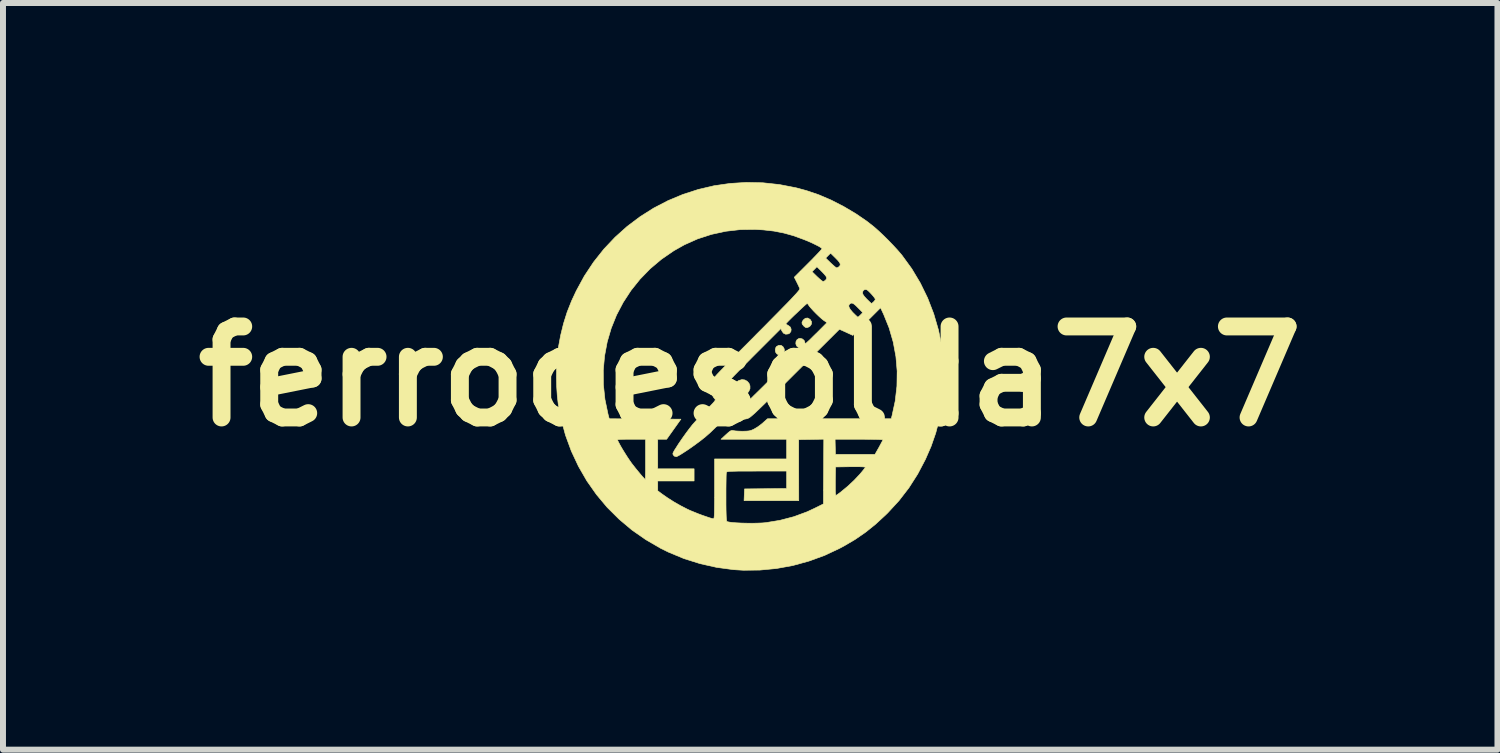
<source format=kicad_pcb>
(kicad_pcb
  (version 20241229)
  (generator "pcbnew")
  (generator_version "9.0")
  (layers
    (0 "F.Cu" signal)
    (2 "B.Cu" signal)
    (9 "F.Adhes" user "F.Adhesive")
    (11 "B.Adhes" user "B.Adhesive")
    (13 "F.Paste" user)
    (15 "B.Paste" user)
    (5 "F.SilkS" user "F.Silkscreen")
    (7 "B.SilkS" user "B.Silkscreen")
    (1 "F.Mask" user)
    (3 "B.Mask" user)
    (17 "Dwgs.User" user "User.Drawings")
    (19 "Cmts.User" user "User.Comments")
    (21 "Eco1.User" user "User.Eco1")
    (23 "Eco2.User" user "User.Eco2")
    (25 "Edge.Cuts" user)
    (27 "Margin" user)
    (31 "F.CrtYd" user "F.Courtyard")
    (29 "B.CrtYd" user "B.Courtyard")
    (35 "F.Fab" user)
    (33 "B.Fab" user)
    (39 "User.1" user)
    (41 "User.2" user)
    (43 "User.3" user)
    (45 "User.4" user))
  (footprint "ferrodesolda7x7"
    (layer "F.Cu")
    (at 9.514 3.252)
    (property "Reference" "ferrodesolda7x7" (at 0 0 0) (layer "F.SilkS") (effects (font (size 1.524 1.524) (thickness 0.3))))
    (attr through_hole)
    (fp_poly (pts (xy 0.517 -0.518) (xy 0.548 -0.497) (xy 0.568 -0.462) (xy 0.572 -0.435) (xy 0.561 -0.396) (xy 0.533 -0.367) (xy 0.496 -0.356) (xy 0.495 -0.356) (xy 0.47 -0.363) (xy 0.447 -0.375) (xy 0.425 -0.405) (xy 0.419 -0.443) (xy 0.429 -0.482) (xy 0.442 -0.5) (xy 0.479 -0.519) (xy 0.517 -0.518)) (stroke (width 0.01) (type solid)) (fill yes) (layer "F.SilkS"))
    (fp_poly (pts (xy 1 -0.955) (xy 1.003 -0.953) (xy 1.027 -0.915) (xy 1.026 -0.876) (xy 1.003 -0.842) (xy 0.982 -0.827) (xy 0.95 -0.815) (xy 0.925 -0.819) (xy 0.897 -0.842) (xy 0.895 -0.844) (xy 0.87 -0.876) (xy 0.867 -0.904) (xy 0.885 -0.938) (xy 0.89 -0.944) (xy 0.924 -0.972) (xy 0.963 -0.976) (xy 1 -0.955)) (stroke (width 0.01) (type solid)) (fill yes) (layer "F.SilkS"))
    (fp_poly (pts (xy -0.091 0.061) (xy -0.051 0.083) (xy -0.02 0.118) (xy -0.004 0.161) (xy -0.004 0.208) (xy -0.025 0.254) (xy -0.035 0.267) (xy -0.081 0.302) (xy -0.132 0.314) (xy -0.185 0.301) (xy -0.199 0.294) (xy -0.237 0.256) (xy -0.257 0.21) (xy -0.257 0.184) (xy -0.163 0.184) (xy -0.155 0.205) (xy -0.135 0.214) (xy -0.13 0.214) (xy -0.109 0.199) (xy -0.104 0.187) (xy -0.11 0.166) (xy -0.129 0.155) (xy -0.152 0.16) (xy -0.155 0.163) (xy -0.163 0.184) (xy -0.257 0.184) (xy -0.257 0.16) (xy -0.238 0.113) (xy -0.201 0.076) (xy -0.19 0.07) (xy -0.139 0.055) (xy -0.091 0.061)) (stroke (width 0.01) (type solid)) (fill yes) (layer "F.SilkS"))
    (fp_poly (pts (xy 0.212 -3.241) (xy 0.49 -3.211) (xy 0.768 -3.157) (xy 0.942 -3.11) (xy 1.148 -3.04) (xy 1.358 -2.95) (xy 1.566 -2.843) (xy 1.767 -2.724) (xy 1.954 -2.596) (xy 2.076 -2.5) (xy 2.146 -2.438) (xy 2.226 -2.363) (xy 2.309 -2.281) (xy 2.391 -2.196) (xy 2.466 -2.115) (xy 2.528 -2.043) (xy 2.542 -2.026) (xy 2.705 -1.802) (xy 2.848 -1.563) (xy 2.971 -1.311) (xy 3.073 -1.047) (xy 3.153 -0.773) (xy 3.211 -0.492) (xy 3.215 -0.466) (xy 3.231 -0.331) (xy 3.241 -0.18) (xy 3.245 -0.019) (xy 3.242 0.142) (xy 3.234 0.297) (xy 3.219 0.437) (xy 3.215 0.468) (xy 3.168 0.716) (xy 3.107 0.949) (xy 3.029 1.173) (xy 2.934 1.391) (xy 2.804 1.638) (xy 2.657 1.868) (xy 2.491 2.083) (xy 2.304 2.286) (xy 2.265 2.324) (xy 2.098 2.478) (xy 1.931 2.612) (xy 1.757 2.732) (xy 1.57 2.842) (xy 1.495 2.882) (xy 1.244 3) (xy 0.982 3.095) (xy 0.713 3.169) (xy 0.438 3.219) (xy 0.162 3.245) (xy -0.114 3.248) (xy -0.279 3.238) (xy -0.561 3.2) (xy -0.838 3.138) (xy -1.109 3.053) (xy -1.371 2.944) (xy -1.497 2.882) (xy -1.747 2.737) (xy -1.981 2.574) (xy -2.197 2.392) (xy -2.396 2.194) (xy -2.575 1.98) (xy -2.736 1.751) (xy -2.876 1.508) (xy -2.996 1.252) (xy -3.066 1.061) (xy -2.223 1.061) (xy -2.216 1.082) (xy -2.197 1.119) (xy -2.17 1.169) (xy -2.136 1.227) (xy -2.097 1.29) (xy -2.057 1.353) (xy -2.018 1.411) (xy -1.988 1.454) (xy -1.956 1.495) (xy -1.919 1.542) (xy -1.879 1.591) (xy -1.84 1.638) (xy -1.805 1.679) (xy -1.777 1.709) (xy -1.761 1.726) (xy -1.758 1.727) (xy -1.756 1.715) (xy -1.755 1.681) (xy -1.754 1.628) (xy -1.753 1.559) (xy -1.753 1.479) (xy -1.753 1.391) (xy -1.753 1.054) (xy -1.988 1.054) (xy -2.062 1.054) (xy -2.126 1.055) (xy -2.177 1.057) (xy -2.211 1.059) (xy -2.223 1.061) (xy -3.066 1.061) (xy -3.094 0.985) (xy -3.169 0.707) (xy -3.215 0.466) (xy -3.231 0.328) (xy -3.241 0.175) (xy -3.245 0.013) (xy -3.243 -0.102) (xy -2.461 -0.102) (xy -2.459 0.141) (xy -2.433 0.387) (xy -2.382 0.632) (xy -2.375 0.659) (xy -2.361 0.711) (xy -1.761 0.714) (xy -1.161 0.718) (xy -1.4 1.054) (xy -1.549 1.054) (xy -1.549 1.549) (xy -0.94 1.549) (xy -0.94 1.753) (xy -1.549 1.753) (xy -1.549 1.917) (xy -1.483 1.967) (xy -1.387 2.034) (xy -1.277 2.104) (xy -1.161 2.17) (xy -1.054 2.225) (xy -1.002 2.249) (xy -0.938 2.275) (xy -0.869 2.303) (xy -0.799 2.329) (xy -0.732 2.352) (xy -0.676 2.371) (xy -0.633 2.383) (xy -0.613 2.387) (xy -0.609 2.382) (xy -0.605 2.365) (xy -0.602 2.335) (xy -0.6 2.29) (xy -0.599 2.227) (xy -0.598 2.145) (xy -0.597 2.042) (xy -0.597 1.981) (xy -0.406 1.981) (xy -0.406 2.028) (xy -0.406 2.146) (xy -0.405 2.24) (xy -0.403 2.313) (xy -0.401 2.366) (xy -0.398 2.403) (xy -0.394 2.424) (xy -0.39 2.433) (xy -0.389 2.433) (xy -0.354 2.441) (xy -0.298 2.449) (xy -0.226 2.454) (xy -0.143 2.458) (xy -0.055 2.46) (xy 0.036 2.461) (xy 0.122 2.459) (xy 0.201 2.456) (xy 0.26 2.451) (xy 0.498 2.412) (xy 0.731 2.351) (xy 0.953 2.269) (xy 1.079 2.21) (xy 1.226 2.137) (xy 1.227 1.838) (xy 1.425 1.838) (xy 1.425 1.906) (xy 1.427 1.956) (xy 1.431 1.986) (xy 1.434 1.994) (xy 1.449 1.987) (xy 1.478 1.967) (xy 1.513 1.941) (xy 1.633 1.842) (xy 1.742 1.74) (xy 1.835 1.641) (xy 1.842 1.633) (xy 1.877 1.591) (xy 1.906 1.555) (xy 1.924 1.531) (xy 1.928 1.523) (xy 1.918 1.519) (xy 1.882 1.516) (xy 1.823 1.514) (xy 1.741 1.514) (xy 1.681 1.514) (xy 1.429 1.518) (xy 1.425 1.756) (xy 1.425 1.838) (xy 1.227 1.838) (xy 1.229 1.595) (xy 1.232 1.054) (xy 1.421 1.054) (xy 1.427 1.308) (xy 1.758 1.308) (xy 2.089 1.308) (xy 2.156 1.19) (xy 2.183 1.14) (xy 2.205 1.099) (xy 2.219 1.072) (xy 2.223 1.063) (xy 2.21 1.061) (xy 2.176 1.059) (xy 2.122 1.057) (xy 2.052 1.056) (xy 1.968 1.055) (xy 1.874 1.054) (xy 1.822 1.054) (xy 1.421 1.054) (xy 1.232 1.054) (xy 1.232 1.053) (xy 1.022 1.057) (xy 0.812 1.06) (xy 0.812 1.572) (xy 0.813 2.083) (xy -0.103 2.083) (xy -0.099 1.984) (xy -0.095 1.886) (xy 0.61 1.879) (xy 0.61 1.587) (xy 0.109 1.587) (xy -0.017 1.588) (xy -0.121 1.588) (xy -0.204 1.588) (xy -0.268 1.59) (xy -0.317 1.591) (xy -0.351 1.593) (xy -0.375 1.596) (xy -0.389 1.6) (xy -0.396 1.604) (xy -0.399 1.608) (xy -0.401 1.626) (xy -0.403 1.666) (xy -0.404 1.724) (xy -0.405 1.798) (xy -0.406 1.885) (xy -0.406 1.981) (xy -0.597 1.981) (xy -0.597 1.915) (xy -0.597 1.886) (xy -0.597 1.384) (xy 0.61 1.384) (xy 0.61 1.054) (xy -0.489 1.054) (xy -0.406 0.977) (xy -0.366 0.941) (xy -0.338 0.919) (xy -0.318 0.909) (xy -0.298 0.907) (xy -0.279 0.91) (xy -0.246 0.915) (xy -0.197 0.918) (xy -0.14 0.92) (xy -0.121 0.92) (xy -0.061 0.918) (xy -0.017 0.914) (xy 0.019 0.904) (xy 0.057 0.888) (xy 0.064 0.884) (xy 0.11 0.857) (xy 0.162 0.821) (xy 0.211 0.782) (xy 0.212 0.78) (xy 0.29 0.711) (xy 2.361 0.711) (xy 2.374 0.664) (xy 2.428 0.415) (xy 2.457 0.165) (xy 2.461 -0.083) (xy 2.44 -0.33) (xy 2.395 -0.573) (xy 2.326 -0.811) (xy 2.236 -1.034) (xy 2.183 -1.148) (xy 1.951 -0.916) (xy 1.719 -0.685) (xy 1.607 -0.737) (xy 1.494 -0.788) (xy 0.75 -0.047) (xy 0.617 0.086) (xy 0.5 0.203) (xy 0.399 0.303) (xy 0.312 0.389) (xy 0.238 0.462) (xy 0.176 0.522) (xy 0.124 0.572) (xy 0.082 0.612) (xy 0.048 0.642) (xy 0.02 0.666) (xy -0.001 0.683) (xy -0.019 0.695) (xy -0.033 0.702) (xy -0.045 0.707) (xy -0.053 0.71) (xy -0.094 0.718) (xy -0.127 0.723) (xy -0.136 0.724) (xy -0.187 0.716) (xy -0.245 0.695) (xy -0.298 0.666) (xy -0.299 0.666) (xy -0.346 0.633) (xy -0.386 0.669) (xy -0.408 0.69) (xy -0.444 0.724) (xy -0.491 0.769) (xy -0.544 0.821) (xy -0.592 0.867) (xy -0.672 0.944) (xy -0.751 1.013) (xy -0.835 1.08) (xy -0.931 1.151) (xy -0.983 1.188) (xy -1.051 1.235) (xy -1.114 1.276) (xy -1.167 1.31) (xy -1.208 1.333) (xy -1.233 1.345) (xy -1.237 1.346) (xy -1.273 1.336) (xy -1.293 1.309) (xy -1.295 1.291) (xy -1.288 1.274) (xy -1.269 1.239) (xy -1.238 1.191) (xy -1.2 1.131) (xy -1.155 1.065) (xy -1.135 1.036) (xy -1.073 0.949) (xy -1.019 0.877) (xy -0.968 0.812) (xy -0.913 0.75) (xy -0.851 0.683) (xy -0.775 0.605) (xy -0.772 0.602) (xy -0.707 0.536) (xy -0.658 0.485) (xy -0.623 0.448) (xy -0.6 0.421) (xy -0.588 0.403) (xy -0.585 0.391) (xy -0.589 0.383) (xy -0.591 0.381) (xy -0.616 0.35) (xy -0.641 0.304) (xy -0.66 0.252) (xy -0.667 0.226) (xy -0.668 0.185) (xy -0.445 0.185) (xy -0.436 0.201) (xy -0.413 0.231) (xy -0.378 0.27) (xy -0.336 0.315) (xy -0.29 0.363) (xy -0.244 0.41) (xy -0.202 0.451) (xy -0.166 0.484) (xy -0.142 0.504) (xy -0.133 0.508) (xy -0.122 0.499) (xy -0.095 0.474) (xy -0.053 0.434) (xy 0.002 0.382) (xy 0.067 0.317) (xy 0.143 0.243) (xy 0.226 0.161) (xy 0.315 0.072) (xy 0.364 0.023) (xy 0.849 -0.461) (xy 0.809 -0.481) (xy 0.778 -0.508) (xy 0.764 -0.543) (xy 0.766 -0.58) (xy 0.783 -0.612) (xy 0.813 -0.632) (xy 0.836 -0.635) (xy 0.873 -0.626) (xy 0.902 -0.602) (xy 0.914 -0.572) (xy 0.914 -0.57) (xy 0.919 -0.55) (xy 0.924 -0.546) (xy 0.936 -0.555) (xy 0.962 -0.579) (xy 1.001 -0.615) (xy 1.048 -0.662) (xy 1.102 -0.715) (xy 1.11 -0.722) (xy 1.286 -0.899) (xy 1.23 -0.937) (xy 1.196 -0.964) (xy 1.153 -1.003) (xy 1.106 -1.048) (xy 1.06 -1.095) (xy 1.02 -1.139) (xy 0.999 -1.164) (xy 1.652 -1.164) (xy 1.674 -1.122) (xy 1.718 -1.069) (xy 1.724 -1.064) (xy 1.758 -1.03) (xy 1.786 -1.004) (xy 1.802 -0.991) (xy 1.804 -0.991) (xy 1.816 -0.999) (xy 1.839 -1.02) (xy 1.848 -1.029) (xy 1.885 -1.067) (xy 1.815 -1.138) (xy 1.77 -1.183) (xy 1.738 -1.21) (xy 1.713 -1.224) (xy 1.693 -1.226) (xy 1.676 -1.219) (xy 1.653 -1.196) (xy 1.652 -1.164) (xy 0.999 -1.164) (xy 0.99 -1.174) (xy 0.979 -1.191) (xy 0.964 -1.212) (xy 0.953 -1.219) (xy 0.941 -1.211) (xy 0.914 -1.188) (xy 0.877 -1.154) (xy 0.832 -1.112) (xy 0.783 -1.065) (xy 0.733 -1.018) (xy 0.686 -0.972) (xy 0.646 -0.932) (xy 0.616 -0.901) (xy 0.599 -0.882) (xy 0.597 -0.878) (xy 0.608 -0.868) (xy 0.633 -0.853) (xy 0.638 -0.851) (xy 0.671 -0.825) (xy 0.685 -0.79) (xy 0.682 -0.753) (xy 0.66 -0.722) (xy 0.638 -0.71) (xy 0.594 -0.705) (xy 0.556 -0.723) (xy 0.529 -0.762) (xy 0.513 -0.799) (xy 0.034 -0.32) (xy -0.086 -0.199) (xy -0.189 -0.094) (xy -0.275 -0.006) (xy -0.344 0.067) (xy -0.395 0.122) (xy -0.428 0.161) (xy -0.443 0.182) (xy -0.445 0.185) (xy -0.668 0.185) (xy -0.668 0.174) (xy -0.655 0.111) (xy -0.655 0.111) (xy -0.651 0.098) (xy -0.646 0.084) (xy -0.638 0.07) (xy -0.626 0.052) (xy -0.61 0.031) (xy -0.587 0.004) (xy -0.558 -0.029) (xy -0.52 -0.069) (xy -0.472 -0.119) (xy -0.414 -0.179) (xy -0.344 -0.251) (xy -0.26 -0.335) (xy -0.163 -0.434) (xy -0.05 -0.547) (xy 0.079 -0.677) (xy 0.101 -0.7) (xy 0.237 -0.836) (xy 0.355 -0.956) (xy 0.458 -1.06) (xy 0.545 -1.149) (xy 0.619 -1.224) (xy 0.68 -1.287) (xy 0.728 -1.339) (xy 0.766 -1.38) (xy 0.784 -1.4) (xy 1.88 -1.4) (xy 1.887 -1.373) (xy 1.91 -1.339) (xy 1.951 -1.294) (xy 1.952 -1.293) (xy 1.987 -1.259) (xy 2.014 -1.233) (xy 2.029 -1.22) (xy 2.031 -1.219) (xy 2.043 -1.227) (xy 2.065 -1.246) (xy 2.066 -1.247) (xy 2.087 -1.271) (xy 2.095 -1.29) (xy 2.095 -1.29) (xy 2.087 -1.307) (xy 2.066 -1.336) (xy 2.036 -1.371) (xy 2.004 -1.405) (xy 1.975 -1.433) (xy 1.954 -1.449) (xy 1.922 -1.454) (xy 1.895 -1.44) (xy 1.88 -1.409) (xy 1.88 -1.4) (xy 0.784 -1.4) (xy 0.794 -1.412) (xy 0.814 -1.436) (xy 0.825 -1.452) (xy 0.83 -1.463) (xy 0.83 -1.467) (xy 0.821 -1.49) (xy 0.803 -1.529) (xy 0.781 -1.574) (xy 0.78 -1.576) (xy 0.738 -1.659) (xy 0.831 -1.752) (xy 1.035 -1.752) (xy 1.119 -1.67) (xy 1.158 -1.634) (xy 1.191 -1.606) (xy 1.214 -1.59) (xy 1.22 -1.587) (xy 1.241 -1.595) (xy 1.259 -1.609) (xy 1.276 -1.629) (xy 1.28 -1.65) (xy 1.268 -1.677) (xy 1.239 -1.712) (xy 1.2 -1.753) (xy 1.117 -1.835) (xy 1.076 -1.793) (xy 1.035 -1.752) (xy 0.831 -1.752) (xy 0.972 -1.893) (xy 1.035 -1.956) (xy 1.058 -1.98) (xy 1.264 -1.98) (xy 1.348 -1.898) (xy 1.387 -1.862) (xy 1.42 -1.834) (xy 1.443 -1.818) (xy 1.449 -1.816) (xy 1.47 -1.824) (xy 1.488 -1.837) (xy 1.505 -1.857) (xy 1.508 -1.879) (xy 1.496 -1.906) (xy 1.468 -1.941) (xy 1.429 -1.981) (xy 1.346 -2.063) (xy 1.305 -2.022) (xy 1.264 -1.98) (xy 1.058 -1.98) (xy 1.091 -2.014) (xy 1.138 -2.063) (xy 1.174 -2.102) (xy 1.196 -2.128) (xy 1.203 -2.138) (xy 1.188 -2.152) (xy 1.154 -2.174) (xy 1.103 -2.2) (xy 1.04 -2.231) (xy 0.968 -2.263) (xy 0.901 -2.29) (xy 0.73 -2.353) (xy 0.565 -2.399) (xy 0.398 -2.432) (xy 0.221 -2.452) (xy 0.083 -2.46) (xy -0.166 -2.457) (xy -0.41 -2.429) (xy -0.649 -2.377) (xy -0.88 -2.302) (xy -1.102 -2.203) (xy -1.278 -2.104) (xy -1.486 -1.961) (xy -1.676 -1.801) (xy -1.846 -1.626) (xy -1.997 -1.438) (xy -2.128 -1.237) (xy -2.239 -1.026) (xy -2.328 -0.805) (xy -2.395 -0.577) (xy -2.439 -0.342) (xy -2.461 -0.102) (xy -3.243 -0.102) (xy -3.242 -0.15) (xy -3.234 -0.305) (xy -3.218 -0.445) (xy -3.215 -0.47) (xy -3.175 -0.686) (xy -3.126 -0.885) (xy -3.066 -1.075) (xy -2.991 -1.264) (xy -2.914 -1.429) (xy -2.778 -1.679) (xy -2.623 -1.913) (xy -2.451 -2.13) (xy -2.263 -2.329) (xy -2.06 -2.511) (xy -1.843 -2.674) (xy -1.615 -2.818) (xy -1.376 -2.942) (xy -1.127 -3.046) (xy -0.87 -3.129) (xy -0.607 -3.191) (xy -0.337 -3.23) (xy -0.064 -3.247) (xy 0.212 -3.241)) (stroke (width 0.01) (type solid)) (fill yes) (layer "F.SilkS")))
  (gr_rect
    (start -3 -3)
    (end 22.028 9.505)
    (stroke (width 0.1) (type default))
    (fill no)
    (layer "Edge.Cuts")))
</source>
